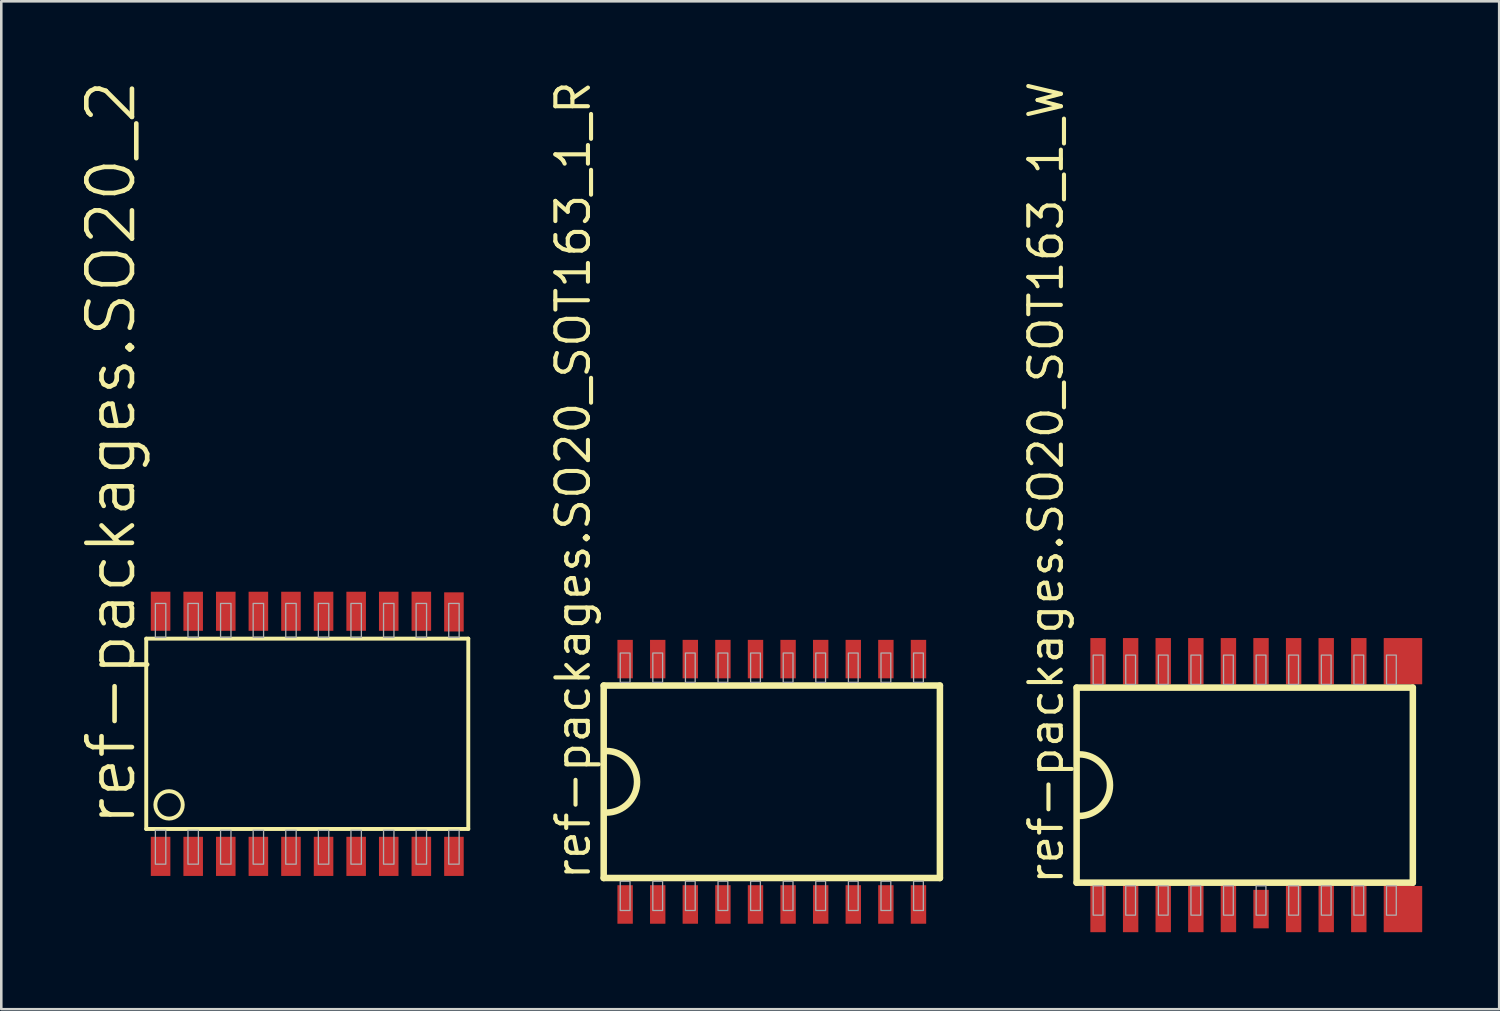
<source format=kicad_pcb>
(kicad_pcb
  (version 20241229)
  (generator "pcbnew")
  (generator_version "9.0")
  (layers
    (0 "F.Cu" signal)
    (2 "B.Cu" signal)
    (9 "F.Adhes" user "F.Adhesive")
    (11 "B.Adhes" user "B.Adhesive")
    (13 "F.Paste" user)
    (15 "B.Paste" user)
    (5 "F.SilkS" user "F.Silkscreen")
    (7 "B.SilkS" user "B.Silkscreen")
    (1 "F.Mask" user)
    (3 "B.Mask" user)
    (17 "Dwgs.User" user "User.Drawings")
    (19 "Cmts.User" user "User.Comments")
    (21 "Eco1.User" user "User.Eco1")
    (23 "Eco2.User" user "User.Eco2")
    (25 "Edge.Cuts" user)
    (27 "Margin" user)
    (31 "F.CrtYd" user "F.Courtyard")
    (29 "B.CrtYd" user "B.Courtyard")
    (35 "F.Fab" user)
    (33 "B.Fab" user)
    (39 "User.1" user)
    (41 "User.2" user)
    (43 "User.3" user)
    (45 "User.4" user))
  (footprint "ref-packages.SO20_SOT163_1_R"
    (layer "F.Cu")
    (at 27.022 27.411)
    (property "Reference" "ref-packages.SO20_SOT163_1_R" (at -7 3.9 90) (layer "F.SilkS") (effects (font (size 1.27 1.27) (thickness 0.16)) (justify left bottom)))
    (attr smd)
    (fp_line (start -6.55 -3.75) (end 6.55 -3.75) (stroke (width 0.254) (type default)) (layer "F.SilkS"))
    (fp_line (start -6.55 3.75) (end -6.55 -3.75) (stroke (width 0.254) (type default)) (layer "F.SilkS"))
    (fp_line (start 6.55 -3.75) (end 6.55 3.75) (stroke (width 0.254) (type default)) (layer "F.SilkS"))
    (fp_line (start 6.55 3.75) (end -6.55 3.75) (stroke (width 0.254) (type default)) (layer "F.SilkS"))
    (fp_arc (start -6.45 -1.2) (mid -5.25 0) (end -6.45 1.2) (stroke (width 0.254) (type default)) (layer "F.SilkS"))
    (fp_rect (start -5.905 -3.873) (end -5.524 -5.016) (stroke (width 0.05) (type default)) (fill no) (layer "F.Fab"))
    (fp_rect (start -5.905 5.016) (end -5.524 3.873) (stroke (width 0.05) (type default)) (fill no) (layer "F.Fab"))
    (fp_rect (start -4.636 -3.873) (end -4.255 -5.016) (stroke (width 0.05) (type default)) (fill no) (layer "F.Fab"))
    (fp_rect (start -4.636 5.016) (end -4.255 3.873) (stroke (width 0.05) (type default)) (fill no) (layer "F.Fab"))
    (fp_rect (start -3.365 -3.873) (end -2.985 -5.016) (stroke (width 0.05) (type default)) (fill no) (layer "F.Fab"))
    (fp_rect (start -3.365 5.016) (end -2.985 3.873) (stroke (width 0.05) (type default)) (fill no) (layer "F.Fab"))
    (fp_rect (start -2.095 -3.873) (end -1.714 -5.016) (stroke (width 0.05) (type default)) (fill no) (layer "F.Fab"))
    (fp_rect (start -2.095 5.016) (end -1.714 3.873) (stroke (width 0.05) (type default)) (fill no) (layer "F.Fab"))
    (fp_rect (start -0.826 -3.873) (end -0.445 -5.016) (stroke (width 0.05) (type default)) (fill no) (layer "F.Fab"))
    (fp_rect (start -0.826 5.016) (end -0.445 3.873) (stroke (width 0.05) (type default)) (fill no) (layer "F.Fab"))
    (fp_rect (start 0.445 -3.873) (end 0.826 -5.016) (stroke (width 0.05) (type default)) (fill no) (layer "F.Fab"))
    (fp_rect (start 0.445 5.016) (end 0.826 3.873) (stroke (width 0.05) (type default)) (fill no) (layer "F.Fab"))
    (fp_rect (start 1.714 -3.873) (end 2.095 -5.016) (stroke (width 0.05) (type default)) (fill no) (layer "F.Fab"))
    (fp_rect (start 1.714 5.016) (end 2.095 3.873) (stroke (width 0.05) (type default)) (fill no) (layer "F.Fab"))
    (fp_rect (start 2.985 -3.873) (end 3.365 -5.016) (stroke (width 0.05) (type default)) (fill no) (layer "F.Fab"))
    (fp_rect (start 2.985 5.016) (end 3.365 3.873) (stroke (width 0.05) (type default)) (fill no) (layer "F.Fab"))
    (fp_rect (start 4.255 -3.873) (end 4.636 -5.016) (stroke (width 0.05) (type default)) (fill no) (layer "F.Fab"))
    (fp_rect (start 4.255 5.016) (end 4.636 3.873) (stroke (width 0.05) (type default)) (fill no) (layer "F.Fab"))
    (fp_rect (start 5.524 -3.873) (end 5.905 -5.016) (stroke (width 0.05) (type default)) (fill no) (layer "F.Fab"))
    (fp_rect (start 5.524 5.016) (end 5.905 3.873) (stroke (width 0.05) (type default)) (fill no) (layer "F.Fab"))
    (pad "1" smd roundrect (at -5.715 4.78) (size 0.6 1.5) (layers "F.Cu" "F.Mask" "F.Paste") (roundrect_rratio 0.01))
    (pad "2" smd roundrect (at -4.445 4.78) (size 0.6 1.5) (layers "F.Cu" "F.Mask" "F.Paste") (roundrect_rratio 0.01))
    (pad "3" smd roundrect (at -3.175 4.78) (size 0.6 1.5) (layers "F.Cu" "F.Mask" "F.Paste") (roundrect_rratio 0.01))
    (pad "4" smd roundrect (at -1.905 4.78) (size 0.6 1.5) (layers "F.Cu" "F.Mask" "F.Paste") (roundrect_rratio 0.01))
    (pad "5" smd roundrect (at -0.635 4.78) (size 0.6 1.5) (layers "F.Cu" "F.Mask" "F.Paste") (roundrect_rratio 0.01))
    (pad "6" smd roundrect (at 0.635 4.78) (size 0.6 1.5) (layers "F.Cu" "F.Mask" "F.Paste") (roundrect_rratio 0.01))
    (pad "7" smd roundrect (at 1.905 4.78) (size 0.6 1.5) (layers "F.Cu" "F.Mask" "F.Paste") (roundrect_rratio 0.01))
    (pad "8" smd roundrect (at 3.175 4.78) (size 0.6 1.5) (layers "F.Cu" "F.Mask" "F.Paste") (roundrect_rratio 0.01))
    (pad "9" smd roundrect (at 4.445 4.78) (size 0.6 1.5) (layers "F.Cu" "F.Mask" "F.Paste") (roundrect_rratio 0.01))
    (pad "10" smd roundrect (at 5.715 4.78) (size 0.6 1.5) (layers "F.Cu" "F.Mask" "F.Paste") (roundrect_rratio 0.01))
    (pad "11" smd roundrect (at 5.715 -4.78) (size 0.6 1.5) (layers "F.Cu" "F.Mask" "F.Paste") (roundrect_rratio 0.01))
    (pad "12" smd roundrect (at 4.445 -4.78) (size 0.6 1.5) (layers "F.Cu" "F.Mask" "F.Paste") (roundrect_rratio 0.01))
    (pad "13" smd roundrect (at 3.175 -4.78) (size 0.6 1.5) (layers "F.Cu" "F.Mask" "F.Paste") (roundrect_rratio 0.01))
    (pad "14" smd roundrect (at 1.905 -4.78) (size 0.6 1.5) (layers "F.Cu" "F.Mask" "F.Paste") (roundrect_rratio 0.01))
    (pad "15" smd roundrect (at 0.635 -4.78) (size 0.6 1.5) (layers "F.Cu" "F.Mask" "F.Paste") (roundrect_rratio 0.01))
    (pad "16" smd roundrect (at -0.635 -4.78) (size 0.6 1.5) (layers "F.Cu" "F.Mask" "F.Paste") (roundrect_rratio 0.01))
    (pad "17" smd roundrect (at -1.905 -4.78) (size 0.6 1.5) (layers "F.Cu" "F.Mask" "F.Paste") (roundrect_rratio 0.01))
    (pad "18" smd roundrect (at -3.175 -4.78) (size 0.6 1.5) (layers "F.Cu" "F.Mask" "F.Paste") (roundrect_rratio 0.01))
    (pad "19" smd roundrect (at -4.445 -4.78) (size 0.6 1.5) (layers "F.Cu" "F.Mask" "F.Paste") (roundrect_rratio 0.01))
    (pad "20" smd roundrect (at -5.715 -4.78) (size 0.6 1.5) (layers "F.Cu" "F.Mask" "F.Paste") (roundrect_rratio 0.01)))
  (footprint "ref-packages.SO20_2"
    (layer "F.Cu")
    (at 8.922 25.542)
    (property "Reference" "ref-packages.SO20_2" (at -6.604 3.683 90) (layer "F.SilkS") (effects (font (size 1.778 1.778) (thickness 0.18)) (justify left bottom)))
    (attr smd)
    (fp_line (start -6.274 -3.708) (end -6.274 3.708) (stroke (width 0.152) (type default)) (layer "F.SilkS"))
    (fp_line (start -6.274 3.708) (end 6.274 3.708) (stroke (width 0.152) (type default)) (layer "F.SilkS"))
    (fp_line (start 6.274 -3.708) (end -6.274 -3.708) (stroke (width 0.152) (type default)) (layer "F.SilkS"))
    (fp_line (start 6.274 3.708) (end 6.274 -3.708) (stroke (width 0.152) (type default)) (layer "F.SilkS"))
    (fp_circle (center -5.385 2.769) (end -4.851 2.769) (stroke (width 0.152) (type default)) (fill no) (layer "F.SilkS"))
    (fp_rect (start -5.918 -3.759) (end -5.512 -5.08) (stroke (width 0.05) (type default)) (fill no) (layer "F.Fab"))
    (fp_rect (start -5.918 5.08) (end -5.512 3.759) (stroke (width 0.05) (type default)) (fill no) (layer "F.Fab"))
    (fp_rect (start -4.648 -3.759) (end -4.242 -5.08) (stroke (width 0.05) (type default)) (fill no) (layer "F.Fab"))
    (fp_rect (start -4.648 5.08) (end -4.242 3.759) (stroke (width 0.05) (type default)) (fill no) (layer "F.Fab"))
    (fp_rect (start -3.378 -3.759) (end -2.972 -5.08) (stroke (width 0.05) (type default)) (fill no) (layer "F.Fab"))
    (fp_rect (start -3.378 5.08) (end -2.972 3.759) (stroke (width 0.05) (type default)) (fill no) (layer "F.Fab"))
    (fp_rect (start -2.108 -3.759) (end -1.702 -5.08) (stroke (width 0.05) (type default)) (fill no) (layer "F.Fab"))
    (fp_rect (start -2.108 5.08) (end -1.702 3.759) (stroke (width 0.05) (type default)) (fill no) (layer "F.Fab"))
    (fp_rect (start -0.838 -3.759) (end -0.432 -5.08) (stroke (width 0.05) (type default)) (fill no) (layer "F.Fab"))
    (fp_rect (start -0.838 5.08) (end -0.432 3.759) (stroke (width 0.05) (type default)) (fill no) (layer "F.Fab"))
    (fp_rect (start 0.432 -3.759) (end 0.838 -5.08) (stroke (width 0.05) (type default)) (fill no) (layer "F.Fab"))
    (fp_rect (start 0.432 5.08) (end 0.838 3.759) (stroke (width 0.05) (type default)) (fill no) (layer "F.Fab"))
    (fp_rect (start 1.702 -3.759) (end 2.108 -5.08) (stroke (width 0.05) (type default)) (fill no) (layer "F.Fab"))
    (fp_rect (start 1.702 5.08) (end 2.108 3.759) (stroke (width 0.05) (type default)) (fill no) (layer "F.Fab"))
    (fp_rect (start 2.972 -3.759) (end 3.378 -5.08) (stroke (width 0.05) (type default)) (fill no) (layer "F.Fab"))
    (fp_rect (start 2.972 5.08) (end 3.378 3.759) (stroke (width 0.05) (type default)) (fill no) (layer "F.Fab"))
    (fp_rect (start 4.242 -3.759) (end 4.648 -5.08) (stroke (width 0.05) (type default)) (fill no) (layer "F.Fab"))
    (fp_rect (start 4.242 5.08) (end 4.648 3.759) (stroke (width 0.05) (type default)) (fill no) (layer "F.Fab"))
    (fp_rect (start 5.512 -3.759) (end 5.918 -5.08) (stroke (width 0.05) (type default)) (fill no) (layer "F.Fab"))
    (fp_rect (start 5.512 5.08) (end 5.918 3.759) (stroke (width 0.05) (type default)) (fill no) (layer "F.Fab"))
    (pad "1" smd roundrect (at -5.715 4.775) (size 0.762 1.524) (layers "F.Cu" "F.Mask" "F.Paste") (roundrect_rratio 0.01))
    (pad "2" smd roundrect (at -4.445 4.775) (size 0.762 1.524) (layers "F.Cu" "F.Mask" "F.Paste") (roundrect_rratio 0.01))
    (pad "3" smd roundrect (at -3.175 4.775) (size 0.762 1.524) (layers "F.Cu" "F.Mask" "F.Paste") (roundrect_rratio 0.01))
    (pad "4" smd roundrect (at -1.905 4.775) (size 0.762 1.524) (layers "F.Cu" "F.Mask" "F.Paste") (roundrect_rratio 0.01))
    (pad "5" smd roundrect (at -0.635 4.775) (size 0.762 1.524) (layers "F.Cu" "F.Mask" "F.Paste") (roundrect_rratio 0.01))
    (pad "6" smd roundrect (at 0.635 4.775) (size 0.762 1.524) (layers "F.Cu" "F.Mask" "F.Paste") (roundrect_rratio 0.01))
    (pad "7" smd roundrect (at 1.905 4.775) (size 0.762 1.524) (layers "F.Cu" "F.Mask" "F.Paste") (roundrect_rratio 0.01))
    (pad "8" smd roundrect (at 3.175 4.775) (size 0.762 1.524) (layers "F.Cu" "F.Mask" "F.Paste") (roundrect_rratio 0.01))
    (pad "9" smd roundrect (at 4.445 4.775) (size 0.762 1.524) (layers "F.Cu" "F.Mask" "F.Paste") (roundrect_rratio 0.01))
    (pad "10" smd roundrect (at 5.715 4.775) (size 0.762 1.524) (layers "F.Cu" "F.Mask" "F.Paste") (roundrect_rratio 0.01))
    (pad "11" smd roundrect (at 5.715 -4.75) (size 0.762 1.524) (layers "F.Cu" "F.Mask" "F.Paste") (roundrect_rratio 0.01))
    (pad "12" smd roundrect (at 4.445 -4.775) (size 0.762 1.524) (layers "F.Cu" "F.Mask" "F.Paste") (roundrect_rratio 0.01))
    (pad "13" smd roundrect (at 3.175 -4.775) (size 0.762 1.524) (layers "F.Cu" "F.Mask" "F.Paste") (roundrect_rratio 0.01))
    (pad "14" smd roundrect (at 1.905 -4.775) (size 0.762 1.524) (layers "F.Cu" "F.Mask" "F.Paste") (roundrect_rratio 0.01))
    (pad "15" smd roundrect (at 0.635 -4.775) (size 0.762 1.524) (layers "F.Cu" "F.Mask" "F.Paste") (roundrect_rratio 0.01))
    (pad "16" smd roundrect (at -0.635 -4.775) (size 0.762 1.524) (layers "F.Cu" "F.Mask" "F.Paste") (roundrect_rratio 0.01))
    (pad "17" smd roundrect (at -1.905 -4.775) (size 0.762 1.524) (layers "F.Cu" "F.Mask" "F.Paste") (roundrect_rratio 0.01))
    (pad "18" smd roundrect (at -3.175 -4.775) (size 0.762 1.524) (layers "F.Cu" "F.Mask" "F.Paste") (roundrect_rratio 0.01))
    (pad "19" smd roundrect (at -4.445 -4.775) (size 0.762 1.524) (layers "F.Cu" "F.Mask" "F.Paste") (roundrect_rratio 0.01))
    (pad "20" smd roundrect (at -5.715 -4.775) (size 0.762 1.524) (layers "F.Cu" "F.Mask" "F.Paste") (roundrect_rratio 0.01)))
  (footprint "ref-packages.SO20_SOT163_1_W"
    (layer "F.Cu")
    (at 45.449 27.542)
    (property "Reference" "ref-packages.SO20_SOT163_1_W" (at -7 3.95 90) (layer "F.SilkS") (effects (font (size 1.27 1.27) (thickness 0.16)) (justify left bottom)))
    (attr smd)
    (fp_line (start -6.55 -3.8) (end 6.55 -3.8) (stroke (width 0.254) (type default)) (layer "F.SilkS"))
    (fp_line (start -6.55 3.8) (end -6.55 -3.8) (stroke (width 0.254) (type default)) (layer "F.SilkS"))
    (fp_line (start 6.55 -3.8) (end 6.55 3.8) (stroke (width 0.254) (type default)) (layer "F.SilkS"))
    (fp_line (start 6.55 3.8) (end -6.55 3.8) (stroke (width 0.254) (type default)) (layer "F.SilkS"))
    (fp_arc (start -6.45 -1.2) (mid -5.25 0) (end -6.45 1.2) (stroke (width 0.254) (type default)) (layer "F.SilkS"))
    (fp_rect (start -5.905 -3.924) (end -5.524 -5.066) (stroke (width 0.05) (type default)) (fill no) (layer "F.Fab"))
    (fp_rect (start -5.905 5.066) (end -5.524 3.924) (stroke (width 0.05) (type default)) (fill no) (layer "F.Fab"))
    (fp_rect (start -4.636 -3.924) (end -4.255 -5.066) (stroke (width 0.05) (type default)) (fill no) (layer "F.Fab"))
    (fp_rect (start -4.636 5.066) (end -4.255 3.924) (stroke (width 0.05) (type default)) (fill no) (layer "F.Fab"))
    (fp_rect (start -3.365 -3.924) (end -2.985 -5.066) (stroke (width 0.05) (type default)) (fill no) (layer "F.Fab"))
    (fp_rect (start -3.365 5.066) (end -2.985 3.924) (stroke (width 0.05) (type default)) (fill no) (layer "F.Fab"))
    (fp_rect (start -2.095 -3.924) (end -1.714 -5.066) (stroke (width 0.05) (type default)) (fill no) (layer "F.Fab"))
    (fp_rect (start -2.095 5.066) (end -1.714 3.924) (stroke (width 0.05) (type default)) (fill no) (layer "F.Fab"))
    (fp_rect (start -0.826 -3.924) (end -0.445 -5.066) (stroke (width 0.05) (type default)) (fill no) (layer "F.Fab"))
    (fp_rect (start -0.826 5.066) (end -0.445 3.924) (stroke (width 0.05) (type default)) (fill no) (layer "F.Fab"))
    (fp_rect (start 0.445 -3.924) (end 0.826 -5.066) (stroke (width 0.05) (type default)) (fill no) (layer "F.Fab"))
    (fp_rect (start 0.445 5.066) (end 0.826 3.924) (stroke (width 0.05) (type default)) (fill no) (layer "F.Fab"))
    (fp_rect (start 1.714 -3.924) (end 2.095 -5.066) (stroke (width 0.05) (type default)) (fill no) (layer "F.Fab"))
    (fp_rect (start 1.714 5.066) (end 2.095 3.924) (stroke (width 0.05) (type default)) (fill no) (layer "F.Fab"))
    (fp_rect (start 2.985 -3.924) (end 3.365 -5.066) (stroke (width 0.05) (type default)) (fill no) (layer "F.Fab"))
    (fp_rect (start 2.985 5.066) (end 3.365 3.924) (stroke (width 0.05) (type default)) (fill no) (layer "F.Fab"))
    (fp_rect (start 4.255 -3.924) (end 4.636 -5.066) (stroke (width 0.05) (type default)) (fill no) (layer "F.Fab"))
    (fp_rect (start 4.255 5.066) (end 4.636 3.924) (stroke (width 0.05) (type default)) (fill no) (layer "F.Fab"))
    (fp_rect (start 5.524 -3.924) (end 5.905 -5.066) (stroke (width 0.05) (type default)) (fill no) (layer "F.Fab"))
    (fp_rect (start 5.524 5.066) (end 5.905 3.924) (stroke (width 0.05) (type default)) (fill no) (layer "F.Fab"))
    (pad "1" smd roundrect (at -5.715 4.83) (size 0.6 1.8) (layers "F.Cu" "F.Mask" "F.Paste") (roundrect_rratio 0.01))
    (pad "2" smd roundrect (at -4.445 4.83) (size 0.6 1.8) (layers "F.Cu" "F.Mask" "F.Paste") (roundrect_rratio 0.01))
    (pad "3" smd roundrect (at -3.175 4.83) (size 0.6 1.8) (layers "F.Cu" "F.Mask" "F.Paste") (roundrect_rratio 0.01))
    (pad "4" smd roundrect (at -1.905 4.83) (size 0.6 1.8) (layers "F.Cu" "F.Mask" "F.Paste") (roundrect_rratio 0.01))
    (pad "5" smd roundrect (at -0.635 4.83) (size 0.6 1.8) (layers "F.Cu" "F.Mask" "F.Paste") (roundrect_rratio 0.01))
    (pad "6" smd roundrect (at 0.635 4.83) (size 0.6 1.5) (layers "F.Cu" "F.Mask" "F.Paste") (roundrect_rratio 0.01))
    (pad "7" smd roundrect (at 1.905 4.83) (size 0.6 1.8) (layers "F.Cu" "F.Mask" "F.Paste") (roundrect_rratio 0.01))
    (pad "8" smd roundrect (at 3.175 4.83) (size 0.6 1.8) (layers "F.Cu" "F.Mask" "F.Paste") (roundrect_rratio 0.01))
    (pad "9" smd roundrect (at 4.445 4.83) (size 0.6 1.8) (layers "F.Cu" "F.Mask" "F.Paste") (roundrect_rratio 0.01))
    (pad "10" smd roundrect (at 6.165 4.83) (size 1.5 1.8) (layers "F.Cu" "F.Mask" "F.Paste") (roundrect_rratio 0.01))
    (pad "11" smd roundrect (at 6.165 -4.83) (size 1.5 1.8) (layers "F.Cu" "F.Mask" "F.Paste") (roundrect_rratio 0.01))
    (pad "12" smd roundrect (at 4.445 -4.83) (size 0.6 1.8) (layers "F.Cu" "F.Mask" "F.Paste") (roundrect_rratio 0.01))
    (pad "13" smd roundrect (at 3.175 -4.83) (size 0.6 1.8) (layers "F.Cu" "F.Mask" "F.Paste") (roundrect_rratio 0.01))
    (pad "14" smd roundrect (at 1.905 -4.83) (size 0.6 1.8) (layers "F.Cu" "F.Mask" "F.Paste") (roundrect_rratio 0.01))
    (pad "15" smd roundrect (at 0.635 -4.83) (size 0.6 1.8) (layers "F.Cu" "F.Mask" "F.Paste") (roundrect_rratio 0.01))
    (pad "16" smd roundrect (at -0.635 -4.83) (size 0.6 1.8) (layers "F.Cu" "F.Mask" "F.Paste") (roundrect_rratio 0.01))
    (pad "17" smd roundrect (at -1.905 -4.83) (size 0.6 1.8) (layers "F.Cu" "F.Mask" "F.Paste") (roundrect_rratio 0.01))
    (pad "18" smd roundrect (at -3.175 -4.83) (size 0.6 1.8) (layers "F.Cu" "F.Mask" "F.Paste") (roundrect_rratio 0.01))
    (pad "19" smd roundrect (at -4.445 -4.83) (size 0.6 1.8) (layers "F.Cu" "F.Mask" "F.Paste") (roundrect_rratio 0.01))
    (pad "20" smd roundrect (at -5.715 -4.83) (size 0.6 1.8) (layers "F.Cu" "F.Mask" "F.Paste") (roundrect_rratio 0.01)))
  (gr_rect
    (start -3 -3)
    (end 55.364 36.272)
    (stroke (width 0.1) (type default))
    (fill no)
    (layer "Edge.Cuts")))
</source>
